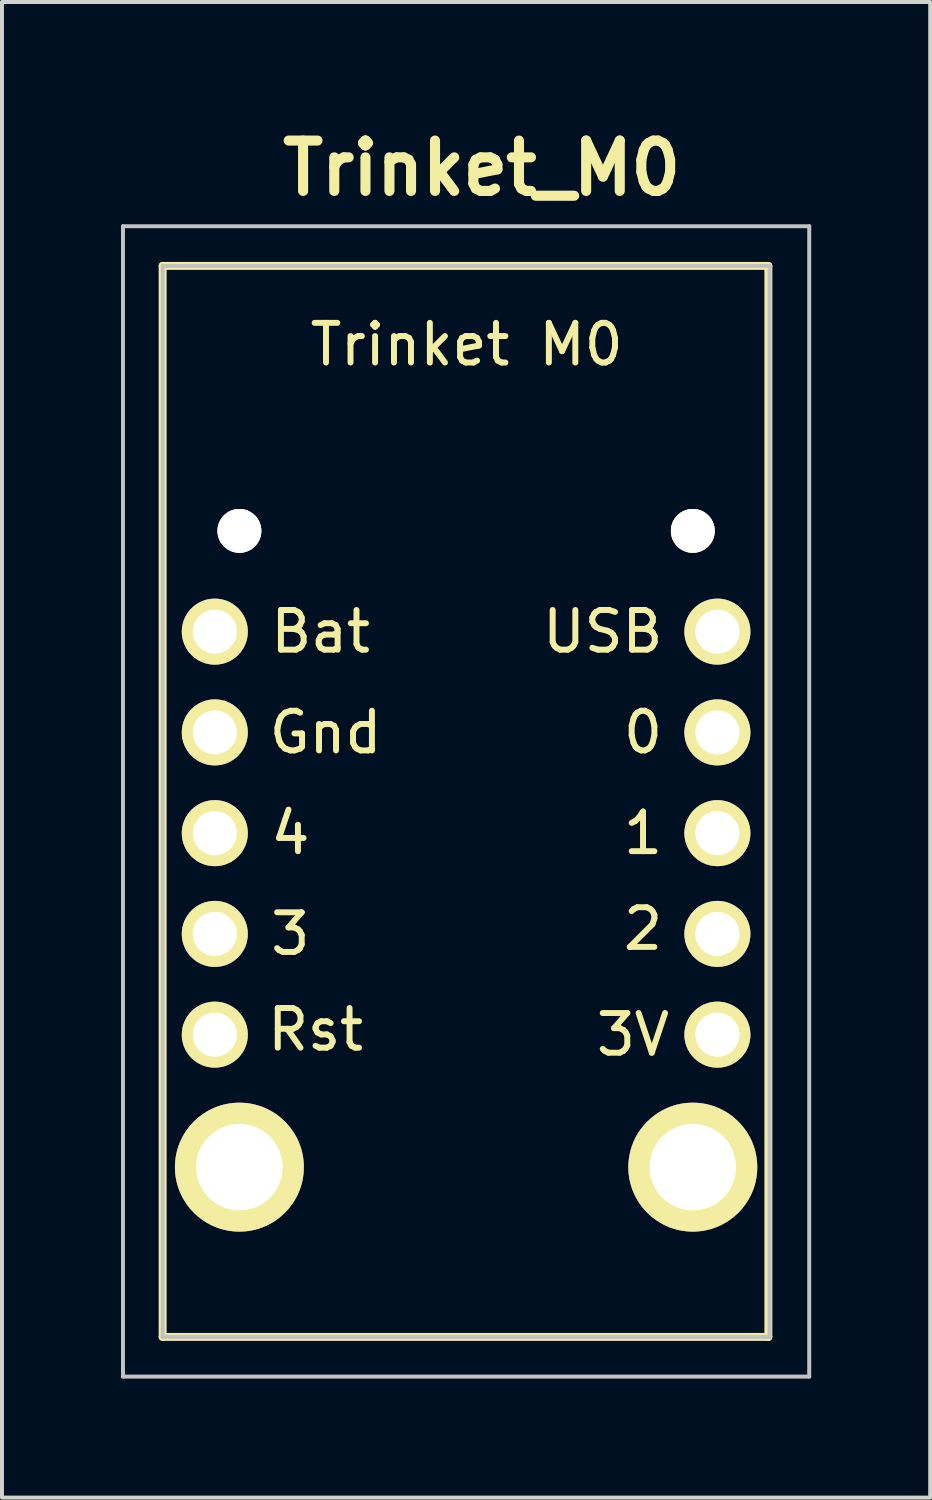
<source format=kicad_pcb>
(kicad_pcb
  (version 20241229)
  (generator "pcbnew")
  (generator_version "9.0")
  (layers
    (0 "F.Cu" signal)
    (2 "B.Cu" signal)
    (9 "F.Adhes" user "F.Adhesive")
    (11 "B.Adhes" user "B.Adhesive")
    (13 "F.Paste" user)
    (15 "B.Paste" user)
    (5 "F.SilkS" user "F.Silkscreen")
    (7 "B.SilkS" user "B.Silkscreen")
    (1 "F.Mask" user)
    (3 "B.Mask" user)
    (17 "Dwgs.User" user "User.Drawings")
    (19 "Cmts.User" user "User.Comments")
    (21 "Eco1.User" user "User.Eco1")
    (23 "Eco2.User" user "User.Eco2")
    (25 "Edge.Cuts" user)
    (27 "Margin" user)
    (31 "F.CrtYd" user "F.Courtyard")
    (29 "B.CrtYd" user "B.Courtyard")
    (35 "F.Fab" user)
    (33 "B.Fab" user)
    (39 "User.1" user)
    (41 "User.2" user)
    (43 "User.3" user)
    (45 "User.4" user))
  (footprint "Trinket_M0"
    (layer "F.Cu")
    (at 2.365 23.033)
    (property "Reference" "Trinket_M0" (at 6.731 -21.844 0) (layer "F.SilkS") (effects (font (size 1.27 1.27) (thickness 0.254))))
    (attr through_hole)
    (fp_line (start -1.315 -19.38) (end 13.955 -19.38) (stroke (width 0.2) (type solid)) (layer "F.SilkS"))
    (fp_line (start -1.315 7.62) (end -1.315 -19.38) (stroke (width 0.2) (type solid)) (layer "F.SilkS"))
    (fp_line (start 13.955 -19.38) (end 13.955 7.62) (stroke (width 0.2) (type solid)) (layer "F.SilkS"))
    (fp_line (start 13.955 7.62) (end -1.315 7.62) (stroke (width 0.2) (type solid)) (layer "F.SilkS"))
    (fp_line (start -2.315 -20.38) (end 14.985 -20.38) (stroke (width 0.1) (type solid)) (layer "Dwgs.User"))
    (fp_line (start -2.315 8.62) (end -2.315 -20.38) (stroke (width 0.1) (type solid)) (layer "Dwgs.User"))
    (fp_line (start -1.315 -19.38) (end -1.315 7.62) (stroke (width 0.1) (type solid)) (layer "Dwgs.User"))
    (fp_line (start -1.315 7.62) (end 13.985 7.62) (stroke (width 0.1) (type solid)) (layer "Dwgs.User"))
    (fp_line (start 13.985 -19.38) (end -1.315 -19.38) (stroke (width 0.1) (type solid)) (layer "Dwgs.User"))
    (fp_line (start 13.985 7.62) (end 13.985 -19.38) (stroke (width 0.1) (type solid)) (layer "Dwgs.User"))
    (fp_line (start 14.985 -20.38) (end 14.985 8.62) (stroke (width 0.1) (type solid)) (layer "Dwgs.User"))
    (fp_line (start 14.985 8.62) (end -2.315 8.62) (stroke (width 0.1) (type solid)) (layer "Dwgs.User"))
    (fp_text user "0" (at 10.795 -7.62 0) (layer "F.SilkS") (effects (font (size 1 1) (thickness 0.15))))
    (fp_text user "Rst" (at 2.54 -0.127 0) (layer "F.SilkS") (effects (font (size 1 1) (thickness 0.15))))
    (fp_text user "1~{}" (at 10.795 -5.08 0) (layer "F.SilkS") (effects (font (size 1 1) (thickness 0.15))))
    (fp_text user "4" (at 1.905 -5.08 0) (layer "F.SilkS") (effects (font (size 1 1) (thickness 0.15))))
    (fp_text user "USB" (at 9.779 -10.16 0) (layer "F.SilkS") (effects (font (size 1 1) (thickness 0.15))))
    (fp_text user "3V" (at 10.541 0 0) (layer "F.SilkS") (effects (font (size 1 1) (thickness 0.15))))
    (fp_text user "3" (at 1.905 -2.54 0) (layer "F.SilkS") (effects (font (size 1 1) (thickness 0.15))))
    (fp_text user "Trinket M0" (at 6.35 -17.399 0) (layer "F.SilkS") (effects (font (size 1 1) (thickness 0.15))))
    (fp_text user "Bat" (at 2.667 -10.16 0) (layer "F.SilkS") (effects (font (size 1 1) (thickness 0.15))))
    (fp_text user "2" (at 10.795 -2.667 0) (layer "F.SilkS") (effects (font (size 1 1) (thickness 0.15))))
    (fp_text user "Gnd" (at 2.794 -7.62 0) (layer "F.SilkS") (effects (font (size 1 1) (thickness 0.15))))
    (pad "1" thru_hole circle (at 0 0 90) (size 1.665 1.665) (drill 1.11) (layers "*.Cu" "*.Mask" "F.SilkS"))
    (pad "2" thru_hole circle (at 0 -2.54 90) (size 1.665 1.665) (drill 1.11) (layers "*.Cu" "*.Mask" "F.SilkS"))
    (pad "3" thru_hole circle (at 0 -5.08 90) (size 1.665 1.665) (drill 1.11) (layers "*.Cu" "*.Mask" "F.SilkS"))
    (pad "4" thru_hole circle (at 0 -7.62 90) (size 1.665 1.665) (drill 1.11) (layers "*.Cu" "*.Mask" "F.SilkS"))
    (pad "5" thru_hole circle (at 0 -10.16 90) (size 1.665 1.665) (drill 1.11) (layers "*.Cu" "*.Mask" "F.SilkS"))
    (pad "6" thru_hole circle (at 12.67 0 90) (size 1.665 1.665) (drill 1.11) (layers "*.Cu" "*.Mask" "F.SilkS"))
    (pad "7" thru_hole circle (at 12.67 -2.54 90) (size 1.665 1.665) (drill 1.11) (layers "*.Cu" "*.Mask" "F.SilkS"))
    (pad "8" thru_hole circle (at 12.67 -5.08 90) (size 1.665 1.665) (drill 1.11) (layers "*.Cu" "*.Mask" "F.SilkS"))
    (pad "9" thru_hole circle (at 12.67 -7.62 90) (size 1.665 1.665) (drill 1.11) (layers "*.Cu" "*.Mask" "F.SilkS"))
    (pad "10" thru_hole circle (at 12.67 -10.16 90) (size 1.665 1.665) (drill 1.11) (layers "*.Cu" "*.Mask" "F.SilkS"))
    (pad "MH1" thru_hole circle (at 0.62 3.34 90) (size 3.25 3.25) (drill 2.18) (layers "*.Cu" "*.Mask" "F.SilkS"))
    (pad "MH2" thru_hole circle (at 12.05 3.34 90) (size 3.25 3.25) (drill 2.18) (layers "*.Cu" "*.Mask" "F.SilkS"))
    (pad "MH3" thru_hole circle (at 12.05 -12.7 90) (size 1.105 1.105) (drill 2.21) (layers "*.Cu" "*.Mask" "F.SilkS"))
    (pad "MH4" thru_hole circle (at 0.62 -12.7 90) (size 1.105 1.105) (drill 2.21) (layers "*.Cu" "*.Mask" "F.SilkS")))
  (gr_rect
    (start -3 -3)
    (end 20.4 34.703)
    (stroke (width 0.1) (type default))
    (fill no)
    (layer "Edge.Cuts")))
</source>
